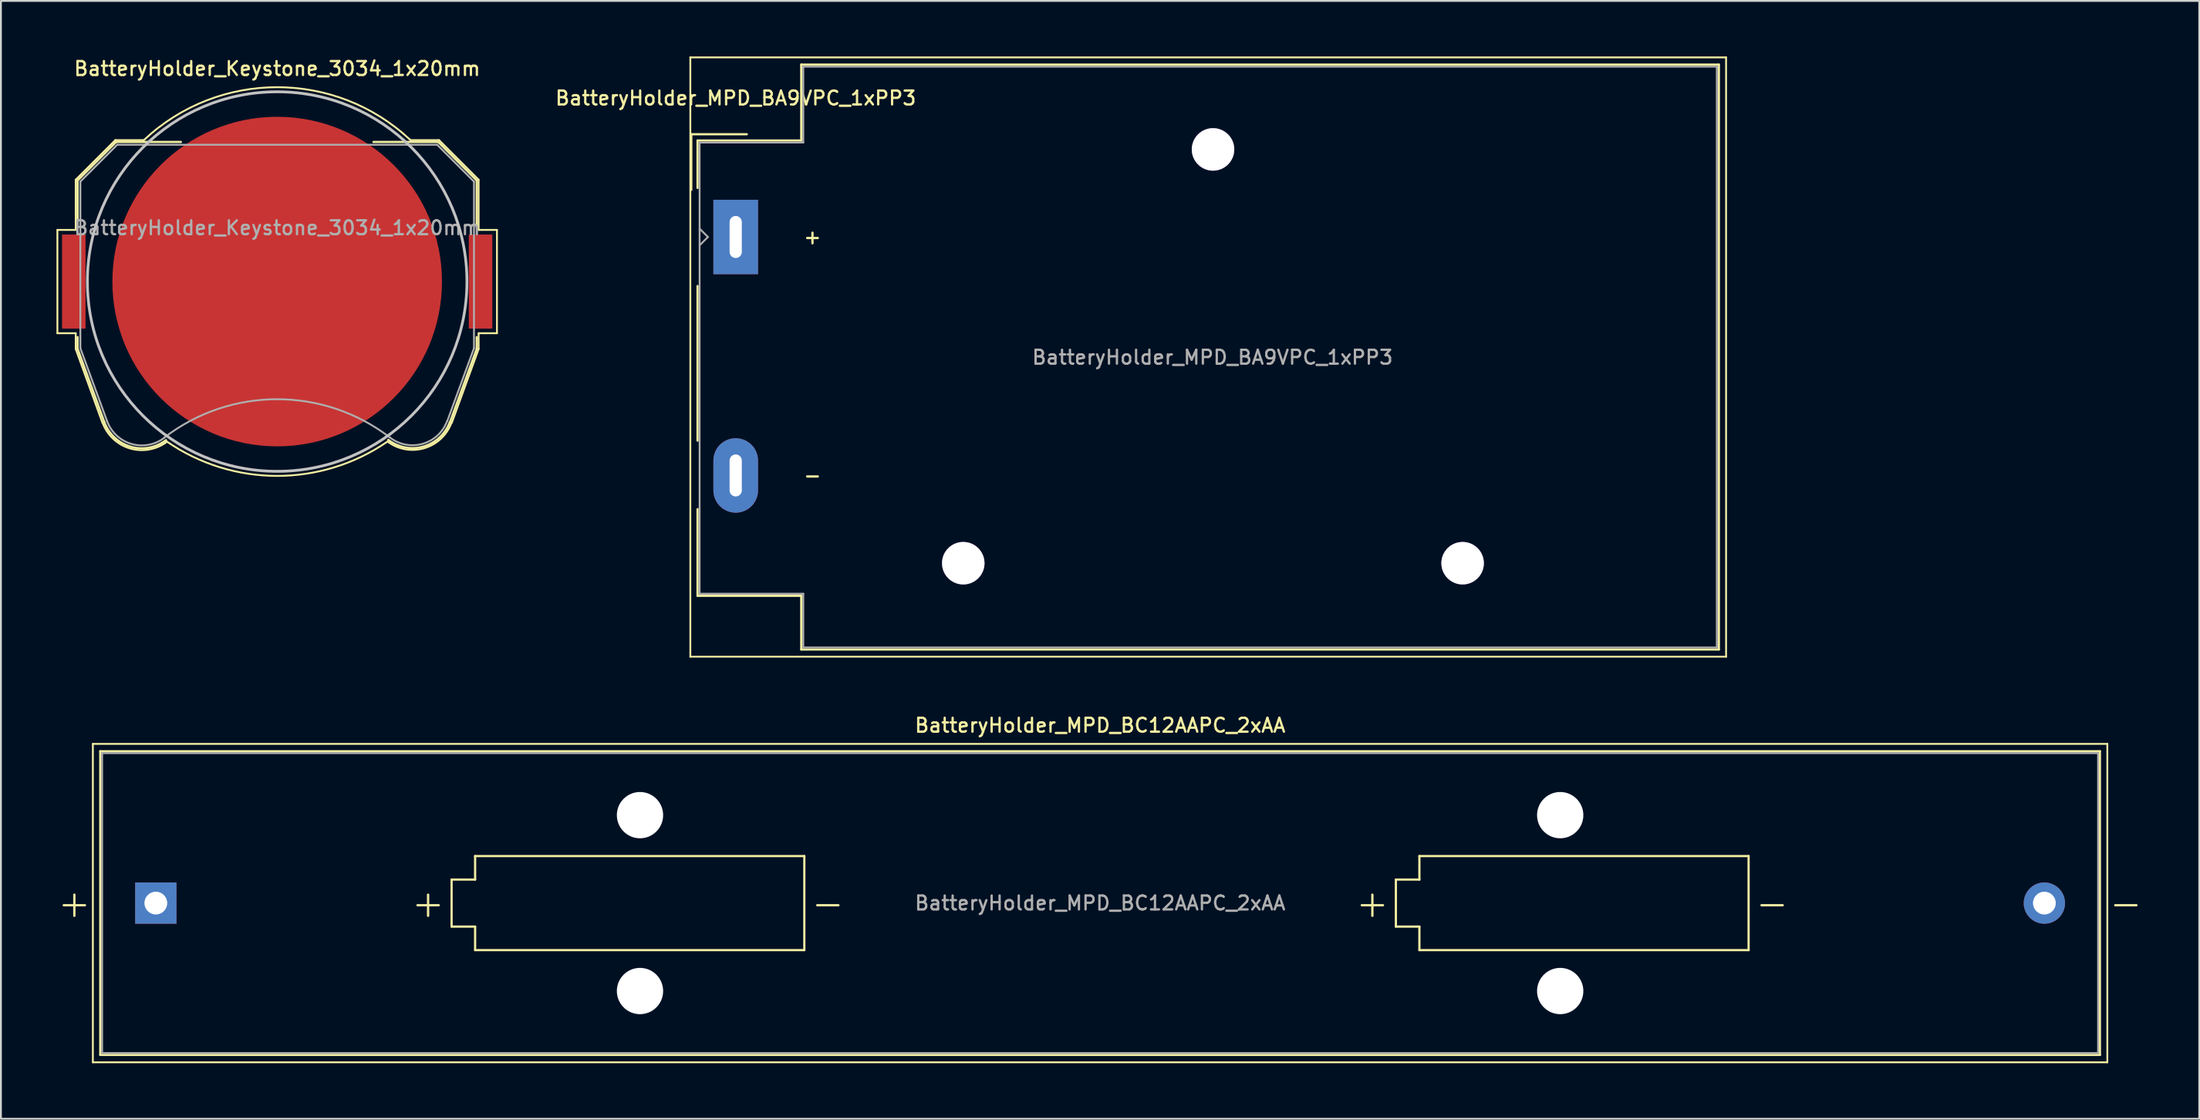
<source format=kicad_pcb>
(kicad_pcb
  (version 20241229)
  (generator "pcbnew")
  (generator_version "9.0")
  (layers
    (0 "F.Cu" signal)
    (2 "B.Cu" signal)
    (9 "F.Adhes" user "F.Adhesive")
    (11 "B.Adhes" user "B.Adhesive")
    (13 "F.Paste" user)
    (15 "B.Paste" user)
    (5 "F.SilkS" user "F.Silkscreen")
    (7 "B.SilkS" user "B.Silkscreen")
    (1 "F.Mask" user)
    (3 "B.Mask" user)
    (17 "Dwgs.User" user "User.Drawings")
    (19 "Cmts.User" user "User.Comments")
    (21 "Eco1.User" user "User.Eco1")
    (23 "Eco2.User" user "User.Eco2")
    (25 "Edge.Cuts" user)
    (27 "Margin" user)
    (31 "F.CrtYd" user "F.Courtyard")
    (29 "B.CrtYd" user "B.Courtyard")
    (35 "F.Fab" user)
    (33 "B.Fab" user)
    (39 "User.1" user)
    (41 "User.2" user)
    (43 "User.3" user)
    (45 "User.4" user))
  (footprint "BatteryHolder_MPD_BA9VPC_1xPP3"
    (layer "F.Cu")
    (at 36.685 9.75)
    (property "Reference" "BatteryHolder_MPD_BA9VPC_1xPP3" (at 0 -7.5 0) (layer "F.SilkS") (effects (font (size 0.75 0.75) (thickness 0.125))))
    (attr through_hole)
    (fp_line (start -2.45 -9.7) (end -2.45 22.67) (stroke (width 0.1) (type solid)) (layer "F.SilkS"))
    (fp_line (start -2.45 -9.7) (end 53.49 -9.7) (stroke (width 0.1) (type solid)) (layer "F.SilkS"))
    (fp_line (start -2.45 22.67) (end 53.49 22.67) (stroke (width 0.1) (type solid)) (layer "F.SilkS"))
    (fp_line (start -2.4 -5.55) (end -2.4 -2.55) (stroke (width 0.12) (type solid)) (layer "F.SilkS"))
    (fp_line (start -2.4 -5.55) (end 0.6 -5.55) (stroke (width 0.12) (type solid)) (layer "F.SilkS"))
    (fp_line (start -2.06 -5.21) (end -2.06 -2.65) (stroke (width 0.12) (type solid)) (layer "F.SilkS"))
    (fp_line (start -2.06 2.65) (end -2.06 11) (stroke (width 0.12) (type solid)) (layer "F.SilkS"))
    (fp_line (start -2.06 19.38) (end -2.06 14.7) (stroke (width 0.12) (type solid)) (layer "F.SilkS"))
    (fp_line (start 3.54 -9.31) (end 3.54 -5.21) (stroke (width 0.12) (type solid)) (layer "F.SilkS"))
    (fp_line (start 3.54 -5.21) (end -2.06 -5.21) (stroke (width 0.12) (type solid)) (layer "F.SilkS"))
    (fp_line (start 3.54 19.38) (end -2.06 19.38) (stroke (width 0.12) (type solid)) (layer "F.SilkS"))
    (fp_line (start 3.54 22.28) (end 3.54 19.38) (stroke (width 0.12) (type solid)) (layer "F.SilkS"))
    (fp_line (start 53.1 -9.31) (end 3.54 -9.31) (stroke (width 0.12) (type solid)) (layer "F.SilkS"))
    (fp_line (start 53.1 22.28) (end 3.54 22.28) (stroke (width 0.12) (type solid)) (layer "F.SilkS"))
    (fp_line (start 53.1 22.28) (end 53.1 -9.31) (stroke (width 0.12) (type solid)) (layer "F.SilkS"))
    (fp_line (start 53.49 22.67) (end 53.49 -9.7) (stroke (width 0.1) (type solid)) (layer "F.SilkS"))
    (fp_line (start -1.95 0.45) (end -1.5 0) (stroke (width 0.1) (type solid)) (layer "F.Fab"))
    (fp_line (start -1.95 19.27) (end -1.95 -5.1) (stroke (width 0.1) (type solid)) (layer "F.Fab"))
    (fp_line (start -1.5 0) (end -1.95 -0.45) (stroke (width 0.1) (type solid)) (layer "F.Fab"))
    (fp_line (start 3.65 -9.2) (end 52.99 -9.2) (stroke (width 0.1) (type solid)) (layer "F.Fab"))
    (fp_line (start 3.65 -5.1) (end -1.95 -5.1) (stroke (width 0.1) (type solid)) (layer "F.Fab"))
    (fp_line (start 3.65 -5.1) (end 3.65 -9.2) (stroke (width 0.1) (type solid)) (layer "F.Fab"))
    (fp_line (start 3.65 19.27) (end -1.95 19.27) (stroke (width 0.1) (type solid)) (layer "F.Fab"))
    (fp_line (start 3.65 22.17) (end 3.65 19.27) (stroke (width 0.1) (type solid)) (layer "F.Fab"))
    (fp_line (start 3.65 22.17) (end 52.99 22.17) (stroke (width 0.1) (type solid)) (layer "F.Fab"))
    (fp_line (start 52.99 22.17) (end 52.99 -9.2) (stroke (width 0.1) (type solid)) (layer "F.Fab"))
    (fp_text user "+" (at 3.6 0 0) (layer "F.SilkS") (effects (font (size 0.75 0.75) (thickness 0.125)) (justify left)))
    (fp_text user "-" (at 3.6 12.88 0) (layer "F.SilkS") (effects (font (size 0.75 0.75) (thickness 0.125)) (justify left)))
    (fp_text user "${REFERENCE}" (at 25.75 6.5 0) (layer "F.Fab") (effects (font (size 0.75 0.75) (thickness 0.125))))
    (pad "" np_thru_hole circle (at 12.29 17.62) (size 2.3 2.3) (drill 2.29) (layers "*.Cu" "*.Mask"))
    (pad "" np_thru_hole circle (at 25.78 -4.73) (size 2.3 2.3) (drill 2.29) (layers "*.Cu" "*.Mask"))
    (pad "" np_thru_hole circle (at 39.26 17.62) (size 2.3 2.3) (drill 2.29) (layers "*.Cu" "*.Mask"))
    (pad "1" thru_hole rect (at 0 0) (size 2.41 4.02) (drill oval 0.66 2.27) (layers "*.Cu" "*.Mask"))
    (pad "2" thru_hole oval (at 0 12.88) (size 2.41 4.02) (drill oval 0.66 2.27) (layers "*.Cu" "*.Mask")))
  (footprint "BatteryHolder_Keystone_3034_1x20mm"
    (layer "F.Cu")
    (at 11.92 12.158)
    (property "Reference" "BatteryHolder_Keystone_3034_1x20mm" (at 0 -11.5 0) (layer "F.SilkS") (effects (font (size 0.75 0.75) (thickness 0.125))))
    (attr smd)
    (fp_line (start -11.87 -2.79) (end -11.87 2.79) (stroke (width 0.1) (type solid)) (layer "F.SilkS"))
    (fp_line (start -11.87 2.79) (end -10.88 2.79) (stroke (width 0.1) (type solid)) (layer "F.SilkS"))
    (fp_line (start -10.88 -5.5) (end -10.88 -2.79) (stroke (width 0.1) (type solid)) (layer "F.SilkS"))
    (fp_line (start -10.88 -2.79) (end -11.87 -2.79) (stroke (width 0.1) (type solid)) (layer "F.SilkS"))
    (fp_line (start -10.88 2.79) (end -10.88 3.64) (stroke (width 0.1) (type solid)) (layer "F.SilkS"))
    (fp_line (start -10.88 3.64) (end -9.44 7.62) (stroke (width 0.1) (type solid)) (layer "F.SilkS"))
    (fp_line (start -10.78 -5.46) (end -10.78 -3) (stroke (width 0.12) (type solid)) (layer "F.SilkS"))
    (fp_line (start -10.78 3) (end -10.78 3.63) (stroke (width 0.12) (type solid)) (layer "F.SilkS"))
    (fp_line (start -10.78 3.63) (end -9.34 7.58) (stroke (width 0.12) (type solid)) (layer "F.SilkS"))
    (fp_line (start -8.74 -7.64) (end -10.88 -5.5) (stroke (width 0.1) (type solid)) (layer "F.SilkS"))
    (fp_line (start -8.7 -7.54) (end -10.78 -5.46) (stroke (width 0.12) (type solid)) (layer "F.SilkS"))
    (fp_line (start -7.2 -7.64) (end -8.74 -7.64) (stroke (width 0.1) (type solid)) (layer "F.SilkS"))
    (fp_line (start -5.2 -7.54) (end -8.7 -7.54) (stroke (width 0.12) (type solid)) (layer "F.SilkS"))
    (fp_line (start 8.7 -7.54) (end 5.2 -7.54) (stroke (width 0.12) (type solid)) (layer "F.SilkS"))
    (fp_line (start 8.7 -7.54) (end 10.78 -5.46) (stroke (width 0.12) (type solid)) (layer "F.SilkS"))
    (fp_line (start 8.74 -7.64) (end 7.2 -7.64) (stroke (width 0.1) (type solid)) (layer "F.SilkS"))
    (fp_line (start 9.43 7.63) (end 10.88 3.64) (stroke (width 0.1) (type solid)) (layer "F.SilkS"))
    (fp_line (start 10.78 -5.46) (end 10.78 -3) (stroke (width 0.12) (type solid)) (layer "F.SilkS"))
    (fp_line (start 10.78 3) (end 10.78 3.63) (stroke (width 0.12) (type solid)) (layer "F.SilkS"))
    (fp_line (start 10.78 3.63) (end 9.34 7.58) (stroke (width 0.12) (type solid)) (layer "F.SilkS"))
    (fp_line (start 10.88 -5.5) (end 8.74 -7.64) (stroke (width 0.1) (type solid)) (layer "F.SilkS"))
    (fp_line (start 10.88 -2.79) (end 10.88 -5.5) (stroke (width 0.1) (type solid)) (layer "F.SilkS"))
    (fp_line (start 10.88 2.79) (end 11.87 2.79) (stroke (width 0.1) (type solid)) (layer "F.SilkS"))
    (fp_line (start 10.88 3.64) (end 10.88 2.79) (stroke (width 0.1) (type solid)) (layer "F.SilkS"))
    (fp_line (start 11.87 -2.79) (end 10.88 -2.79) (stroke (width 0.1) (type solid)) (layer "F.SilkS"))
    (fp_line (start 11.87 2.79) (end 11.87 -2.79) (stroke (width 0.1) (type solid)) (layer "F.SilkS"))
    (fp_arc (start -7.199546 -7.640427) (mid 0.000312 -10.498075) (end 7.2 -7.64) (stroke (width 0.1) (type solid)) (layer "F.SilkS"))
    (fp_arc (start -6.003354 8.56653) (mid -7.921654 8.918738) (end -9.34 7.58) (stroke (width 0.12) (type solid)) (layer "F.SilkS"))
    (fp_arc (start -5.956965 8.654604) (mid -7.953941 9.011629) (end -9.43 7.62) (stroke (width 0.1) (type solid)) (layer "F.SilkS"))
    (fp_arc (start 5.945368 8.650075) (mid -0.008883 10.496243) (end -5.96 8.64) (stroke (width 0.1) (type solid)) (layer "F.SilkS"))
    (fp_arc (start 9.325243 7.588169) (mid 7.90634 8.911668) (end 6 8.55) (stroke (width 0.12) (type solid)) (layer "F.SilkS"))
    (fp_arc (start 9.415144 7.621341) (mid 7.944017 9.000493) (end 5.96 8.64) (stroke (width 0.1) (type solid)) (layer "F.SilkS"))
    (fp_circle (center 0 0) (end 0 10.25) (stroke (width 0.15) (type solid)) (fill no) (layer "Dwgs.User"))
    (fp_line (start -10.63 -5.4) (end -8.64 -7.39) (stroke (width 0.1) (type solid)) (layer "F.Fab"))
    (fp_line (start -10.63 3.6) (end -10.63 -5.4) (stroke (width 0.1) (type solid)) (layer "F.Fab"))
    (fp_line (start -9.19 7.53) (end -10.63 3.6) (stroke (width 0.1) (type solid)) (layer "F.Fab"))
    (fp_line (start -8.64 -7.39) (end 8.64 -7.39) (stroke (width 0.1) (type solid)) (layer "F.Fab"))
    (fp_line (start 8.64 -7.39) (end 10.63 -5.4) (stroke (width 0.1) (type solid)) (layer "F.Fab"))
    (fp_line (start 10.63 -5.4) (end 10.63 3.6) (stroke (width 0.1) (type solid)) (layer "F.Fab"))
    (fp_line (start 10.63 3.6) (end 9.19 7.53) (stroke (width 0.1) (type solid)) (layer "F.Fab"))
    (fp_arc (start -6.096146 8.438508) (mid -7.87328 8.768206) (end -9.19 7.53) (stroke (width 0.1) (type solid)) (layer "F.Fab"))
    (fp_arc (start -6.094852 8.426043) (mid 0.003247 6.355257) (end 6.1 8.43) (stroke (width 0.1) (type solid)) (layer "F.Fab"))
    (fp_arc (start 9.180727 7.528882) (mid 7.868698 8.760067) (end 6.1 8.43) (stroke (width 0.1) (type solid)) (layer "F.Fab"))
    (fp_text user "${REFERENCE}" (at 0 -2.9 0) (layer "F.Fab") (effects (font (size 0.75 0.75) (thickness 0.125))))
    (pad "1" smd rect (at -10.985 0) (size 1.27 5.08) (layers "F.Cu" "F.Mask" "F.Paste"))
    (pad "1" smd rect (at 10.985 0) (size 1.27 5.08) (layers "F.Cu" "F.Mask" "F.Paste"))
    (pad "2" smd circle (at 0 0) (size 17.8 17.8) (layers "F.Cu" "F.Mask")))
  (footprint "BatteryHolder_MPD_BC12AAPC_2xAA"
    (layer "F.Cu")
    (at 5.366 45.728)
    (property "Reference" "BatteryHolder_MPD_BC12AAPC_2xAA" (at 51 -9.6 0) (layer "F.SilkS") (effects (font (size 0.75 0.75) (thickness 0.125))))
    (attr through_hole)
    (fp_line (start -3.4 -8.6) (end -3.4 8.6) (stroke (width 0.1) (type solid)) (layer "F.SilkS"))
    (fp_line (start -3.4 8.6) (end 105.4 8.6) (stroke (width 0.1) (type solid)) (layer "F.SilkS"))
    (fp_line (start -3 -8.2) (end -3 8.2) (stroke (width 0.12) (type solid)) (layer "F.SilkS"))
    (fp_line (start -3 8.2) (end 105 8.2) (stroke (width 0.12) (type solid)) (layer "F.SilkS"))
    (fp_line (start 15.975 -1.27) (end 17.245 -1.27) (stroke (width 0.12) (type solid)) (layer "F.SilkS"))
    (fp_line (start 15.975 1.27) (end 15.975 -1.27) (stroke (width 0.12) (type solid)) (layer "F.SilkS"))
    (fp_line (start 17.245 -2.54) (end 35.025 -2.54) (stroke (width 0.12) (type solid)) (layer "F.SilkS"))
    (fp_line (start 17.245 -1.27) (end 17.245 -2.54) (stroke (width 0.12) (type solid)) (layer "F.SilkS"))
    (fp_line (start 17.245 1.27) (end 15.975 1.27) (stroke (width 0.12) (type solid)) (layer "F.SilkS"))
    (fp_line (start 17.245 2.54) (end 17.245 1.27) (stroke (width 0.12) (type solid)) (layer "F.SilkS"))
    (fp_line (start 35.025 -2.54) (end 35.025 2.54) (stroke (width 0.12) (type solid)) (layer "F.SilkS"))
    (fp_line (start 35.025 2.54) (end 17.245 2.54) (stroke (width 0.12) (type solid)) (layer "F.SilkS"))
    (fp_line (start 66.975 -1.27) (end 68.245 -1.27) (stroke (width 0.12) (type solid)) (layer "F.SilkS"))
    (fp_line (start 66.975 1.27) (end 66.975 -1.27) (stroke (width 0.12) (type solid)) (layer "F.SilkS"))
    (fp_line (start 68.245 -2.54) (end 86.025 -2.54) (stroke (width 0.12) (type solid)) (layer "F.SilkS"))
    (fp_line (start 68.245 -1.27) (end 68.245 -2.54) (stroke (width 0.12) (type solid)) (layer "F.SilkS"))
    (fp_line (start 68.245 1.27) (end 66.975 1.27) (stroke (width 0.12) (type solid)) (layer "F.SilkS"))
    (fp_line (start 68.245 2.54) (end 68.245 1.27) (stroke (width 0.12) (type solid)) (layer "F.SilkS"))
    (fp_line (start 86.025 -2.54) (end 86.025 2.54) (stroke (width 0.12) (type solid)) (layer "F.SilkS"))
    (fp_line (start 86.025 2.54) (end 68.245 2.54) (stroke (width 0.12) (type solid)) (layer "F.SilkS"))
    (fp_line (start 105 -8.2) (end -3 -8.2) (stroke (width 0.12) (type solid)) (layer "F.SilkS"))
    (fp_line (start 105 8.2) (end 105 -8.2) (stroke (width 0.12) (type solid)) (layer "F.SilkS"))
    (fp_line (start 105.4 -8.6) (end -3.4 -8.6) (stroke (width 0.1) (type solid)) (layer "F.SilkS"))
    (fp_line (start 105.4 8.6) (end 105.4 -8.6) (stroke (width 0.1) (type solid)) (layer "F.SilkS"))
    (fp_line (start -2.9 -8.1) (end -2.9 8.1) (stroke (width 0.1) (type solid)) (layer "F.Fab"))
    (fp_line (start -2.9 8.1) (end 104.9 8.1) (stroke (width 0.1) (type solid)) (layer "F.Fab"))
    (fp_line (start 104.9 -8.1) (end -2.9 -8.1) (stroke (width 0.1) (type solid)) (layer "F.Fab"))
    (fp_line (start 104.9 8.1) (end 104.9 -8.1) (stroke (width 0.1) (type solid)) (layer "F.Fab"))
    (fp_text user "+" (at 65.705 0 0) (layer "F.SilkS") (effects (font (size 1.5 1.5) (thickness 0.125))))
    (fp_text user "-" (at 36.295 0 0) (layer "F.SilkS") (effects (font (size 1.5 1.5) (thickness 0.125))))
    (fp_text user "-" (at 106.4 0 0) (layer "F.SilkS") (effects (font (size 1.5 1.5) (thickness 0.125))))
    (fp_text user "-" (at 87.295 0 0) (layer "F.SilkS") (effects (font (size 1.5 1.5) (thickness 0.125))))
    (fp_text user "+" (at 14.705 0 0) (layer "F.SilkS") (effects (font (size 1.5 1.5) (thickness 0.125))))
    (fp_text user "+" (at -4.4 0 0) (layer "F.SilkS") (effects (font (size 1.5 1.5) (thickness 0.125))))
    (fp_text user "${REFERENCE}" (at 51 0 0) (layer "F.Fab") (effects (font (size 0.75 0.75) (thickness 0.125))))
    (pad "" np_thru_hole circle (at 26.15 -4.75) (size 2.5 2.5) (drill 2.5) (layers "*.Cu" "*.Mask"))
    (pad "" np_thru_hole circle (at 26.15 4.75) (size 2.5 2.5) (drill 2.5) (layers "*.Cu" "*.Mask"))
    (pad "" np_thru_hole circle (at 75.85 -4.75) (size 2.5 2.5) (drill 2.5) (layers "*.Cu" "*.Mask"))
    (pad "" np_thru_hole circle (at 75.85 4.75) (size 2.5 2.5) (drill 2.5) (layers "*.Cu" "*.Mask"))
    (pad "1" thru_hole rect (at 0 0) (size 2.23 2.23) (drill 1.23) (layers "*.Cu" "*.Mask"))
    (pad "2" thru_hole circle (at 102 0) (size 2.23 2.23) (drill 1.23) (layers "*.Cu" "*.Mask")))
  (gr_rect
    (start -3 -3)
    (end 115.732 57.378)
    (stroke (width 0.1) (type default))
    (fill no)
    (layer "Edge.Cuts")))
</source>
